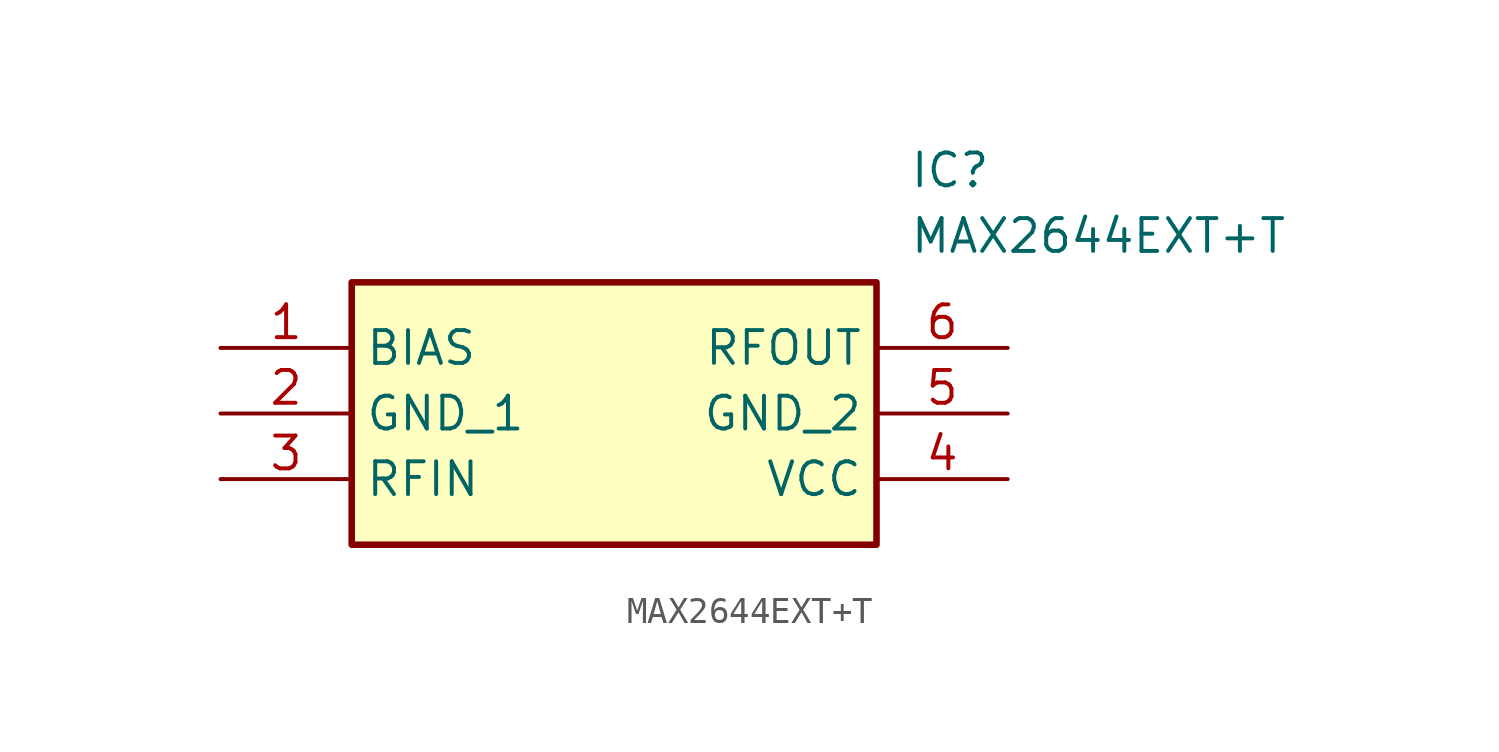
<source format=kicad_sym>
(kicad_symbol_lib
  (version 20211014)
  (generator SamacSys_ECAD_Model)
  (symbol "MAX2644EXT+T"
    (property "Reference" "IC"
      (at 26.67 7.62 0)
      (effects (font (size 1.27 1.27)) (justify left top)))
    (property "Value" "MAX2644EXT+T"
      (at 26.67 5.08 0)
      (effects (font (size 1.27 1.27)) (justify left top)))
    (rectangle
      (start 5.08 2.54)
      (end 25.4 -7.62)
      (stroke (width 0.254) (type default))
      (fill (type background)))
    (pin passive line
      (at 0 0 0)
      (length 5.08)
      (name "BIAS" (effects (font (size 1.27 1.27))))
      (number "1" (effects (font (size 1.27 1.27)))))
    (pin passive line
      (at 0 -2.54 0)
      (length 5.08)
      (name "GND_1" (effects (font (size 1.27 1.27))))
      (number "2" (effects (font (size 1.27 1.27)))))
    (pin passive line
      (at 0 -5.08 0)
      (length 5.08)
      (name "RFIN" (effects (font (size 1.27 1.27))))
      (number "3" (effects (font (size 1.27 1.27)))))
    (pin passive line
      (at 30.48 0 180)
      (length 5.08)
      (name "RFOUT" (effects (font (size 1.27 1.27))))
      (number "6" (effects (font (size 1.27 1.27)))))
    (pin passive line
      (at 30.48 -2.54 180)
      (length 5.08)
      (name "GND_2" (effects (font (size 1.27 1.27))))
      (number "5" (effects (font (size 1.27 1.27)))))
    (pin passive line
      (at 30.48 -5.08 180)
      (length 5.08)
      (name "VCC" (effects (font (size 1.27 1.27))))
      (number "4" (effects (font (size 1.27 1.27)))))))
</source>
